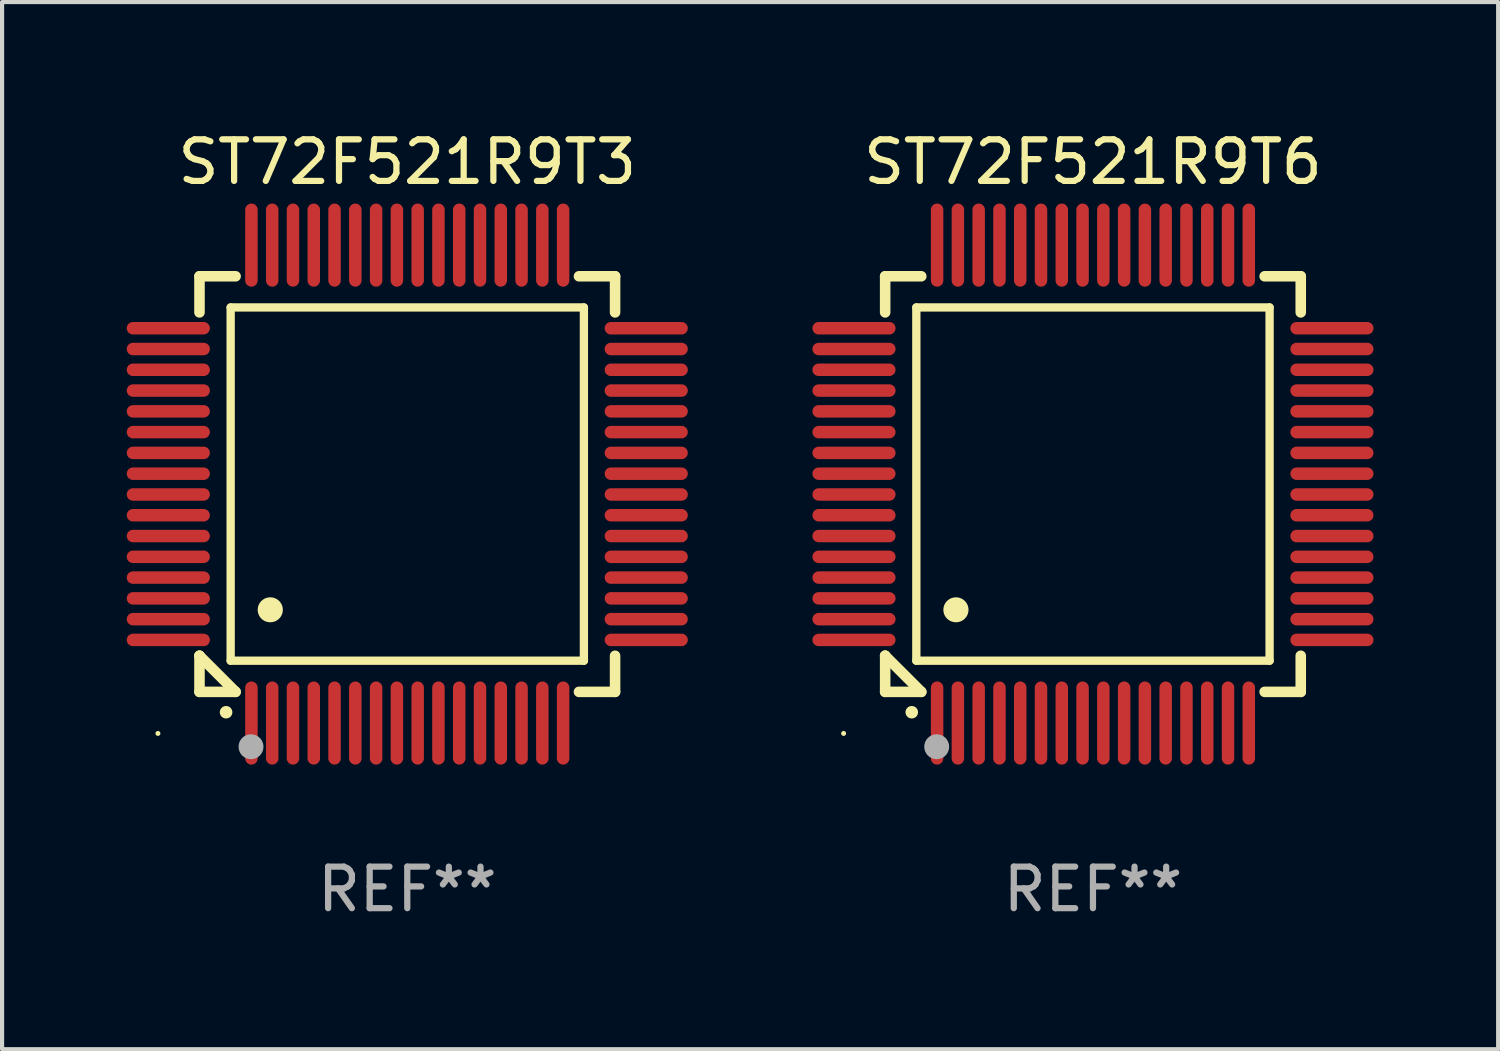
<source format=kicad_pcb>
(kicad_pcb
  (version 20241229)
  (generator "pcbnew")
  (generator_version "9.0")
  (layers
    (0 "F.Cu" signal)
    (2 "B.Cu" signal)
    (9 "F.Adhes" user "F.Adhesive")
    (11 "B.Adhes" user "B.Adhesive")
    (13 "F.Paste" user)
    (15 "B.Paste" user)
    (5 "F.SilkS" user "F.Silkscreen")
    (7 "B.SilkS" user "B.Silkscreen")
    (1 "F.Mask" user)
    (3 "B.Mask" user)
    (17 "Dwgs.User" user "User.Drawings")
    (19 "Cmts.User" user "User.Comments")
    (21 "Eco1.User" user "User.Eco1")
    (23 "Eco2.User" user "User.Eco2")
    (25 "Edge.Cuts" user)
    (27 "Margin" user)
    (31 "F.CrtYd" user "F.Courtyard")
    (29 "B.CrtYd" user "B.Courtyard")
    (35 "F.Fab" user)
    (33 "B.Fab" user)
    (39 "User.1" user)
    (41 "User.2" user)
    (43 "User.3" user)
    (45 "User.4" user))
  (footprint "ST72F521R9T3"
    (layer "F.Cu")
    (at 6.75 8.598)
    (property "Reference" "ST72F521R9T3" (at 0 -7.75 0) (layer "F.SilkS") (effects (font (size 1 1) (thickness 0.15))))
    (attr through_hole)
    (fp_line (start -5 -5) (end -4.131 -5) (stroke (width 0.254) (type solid)) (layer "F.SilkS"))
    (fp_line (start -5 -4.131) (end -5 -5) (stroke (width 0.254) (type solid)) (layer "F.SilkS"))
    (fp_line (start -5 4.131) (end -5 4.131) (stroke (width 0.254) (type solid)) (layer "F.SilkS"))
    (fp_line (start -5 5) (end -5 4.131) (stroke (width 0.254) (type solid)) (layer "F.SilkS"))
    (fp_line (start -5 4.131) (end -4.131 5) (stroke (width 0.254) (type solid)) (layer "F.SilkS"))
    (fp_line (start -4.25 -4.25) (end -4.25 4.25) (stroke (width 0.2) (type solid)) (layer "F.SilkS"))
    (fp_line (start -4.25 4.25) (end 4.25 4.25) (stroke (width 0.2) (type solid)) (layer "F.SilkS"))
    (fp_line (start -4.131 5) (end -5 5) (stroke (width 0.254) (type solid)) (layer "F.SilkS"))
    (fp_line (start 4.25 -4.25) (end -4.25 -4.25) (stroke (width 0.2) (type solid)) (layer "F.SilkS"))
    (fp_line (start 4.25 4.25) (end 4.25 -4.25) (stroke (width 0.2) (type solid)) (layer "F.SilkS"))
    (fp_line (start 5 -5) (end 4.131 -5) (stroke (width 0.254) (type solid)) (layer "F.SilkS"))
    (fp_line (start 5 -5) (end 5 -4.131) (stroke (width 0.254) (type solid)) (layer "F.SilkS"))
    (fp_line (start 5 4.131) (end 5 5) (stroke (width 0.254) (type solid)) (layer "F.SilkS"))
    (fp_line (start 5 5) (end 4.131 5) (stroke (width 0.254) (type solid)) (layer "F.SilkS"))
    (fp_arc (start -4.361265 5.489992) (mid -4.359995 5.489987) (end -4.358725 5.489992) (stroke (width 0.3) (type solid)) (layer "F.SilkS"))
    (fp_arc (start -3.299467 3.025146) (mid -3.296927 3.025135) (end -3.294387 3.025146) (stroke (width 0.6) (type solid)) (layer "F.SilkS"))
    (fp_circle (center -6 6) (end -5.97 6) (stroke (width 0.06) (type solid)) (fill no) (layer "F.SilkS"))
    (fp_circle (center -3.76 6.32) (end -3.61 6.32) (stroke (width 0.3) (type solid)) (fill no) (layer "F.Fab"))
    (fp_text user "REF**" (at 0 9.75 0) (layer "F.Fab") (effects (font (size 1 1) (thickness 0.15))))
    (pad "1" smd oval (at -3.75 5.75) (size 0.3 2) (layers "F.Cu" "F.Mask" "F.Paste"))
    (pad "2" smd oval (at -3.25 5.75) (size 0.3 2) (layers "F.Cu" "F.Mask" "F.Paste"))
    (pad "3" smd oval (at -2.75 5.75) (size 0.3 2) (layers "F.Cu" "F.Mask" "F.Paste"))
    (pad "4" smd oval (at -2.25 5.75) (size 0.3 2) (layers "F.Cu" "F.Mask" "F.Paste"))
    (pad "5" smd oval (at -1.75 5.75) (size 0.3 2) (layers "F.Cu" "F.Mask" "F.Paste"))
    (pad "6" smd oval (at -1.25 5.75) (size 0.3 2) (layers "F.Cu" "F.Mask" "F.Paste"))
    (pad "7" smd oval (at -0.75 5.75) (size 0.3 2) (layers "F.Cu" "F.Mask" "F.Paste"))
    (pad "8" smd oval (at -0.25 5.75) (size 0.3 2) (layers "F.Cu" "F.Mask" "F.Paste"))
    (pad "9" smd oval (at 0.25 5.75) (size 0.3 2) (layers "F.Cu" "F.Mask" "F.Paste"))
    (pad "10" smd oval (at 0.75 5.75) (size 0.3 2) (layers "F.Cu" "F.Mask" "F.Paste"))
    (pad "11" smd oval (at 1.25 5.75) (size 0.3 2) (layers "F.Cu" "F.Mask" "F.Paste"))
    (pad "12" smd oval (at 1.75 5.75) (size 0.3 2) (layers "F.Cu" "F.Mask" "F.Paste"))
    (pad "13" smd oval (at 2.25 5.75) (size 0.3 2) (layers "F.Cu" "F.Mask" "F.Paste"))
    (pad "14" smd oval (at 2.75 5.75) (size 0.3 2) (layers "F.Cu" "F.Mask" "F.Paste"))
    (pad "15" smd oval (at 3.25 5.75) (size 0.3 2) (layers "F.Cu" "F.Mask" "F.Paste"))
    (pad "16" smd oval (at 3.75 5.75) (size 0.3 2) (layers "F.Cu" "F.Mask" "F.Paste"))
    (pad "17" smd oval (at 5.75 3.75) (size 2 0.3) (layers "F.Cu" "F.Mask" "F.Paste"))
    (pad "18" smd oval (at 5.75 3.25) (size 2 0.3) (layers "F.Cu" "F.Mask" "F.Paste"))
    (pad "19" smd oval (at 5.75 2.75) (size 2 0.3) (layers "F.Cu" "F.Mask" "F.Paste"))
    (pad "20" smd oval (at 5.75 2.25) (size 2 0.3) (layers "F.Cu" "F.Mask" "F.Paste"))
    (pad "21" smd oval (at 5.75 1.75) (size 2 0.3) (layers "F.Cu" "F.Mask" "F.Paste"))
    (pad "22" smd oval (at 5.75 1.25) (size 2 0.3) (layers "F.Cu" "F.Mask" "F.Paste"))
    (pad "23" smd oval (at 5.75 0.75) (size 2 0.3) (layers "F.Cu" "F.Mask" "F.Paste"))
    (pad "24" smd oval (at 5.75 0.25) (size 2 0.3) (layers "F.Cu" "F.Mask" "F.Paste"))
    (pad "25" smd oval (at 5.75 -0.25) (size 2 0.3) (layers "F.Cu" "F.Mask" "F.Paste"))
    (pad "26" smd oval (at 5.75 -0.75) (size 2 0.3) (layers "F.Cu" "F.Mask" "F.Paste"))
    (pad "27" smd oval (at 5.75 -1.25) (size 2 0.3) (layers "F.Cu" "F.Mask" "F.Paste"))
    (pad "28" smd oval (at 5.75 -1.75) (size 2 0.3) (layers "F.Cu" "F.Mask" "F.Paste"))
    (pad "29" smd oval (at 5.75 -2.25) (size 2 0.3) (layers "F.Cu" "F.Mask" "F.Paste"))
    (pad "30" smd oval (at 5.75 -2.75) (size 2 0.3) (layers "F.Cu" "F.Mask" "F.Paste"))
    (pad "31" smd oval (at 5.75 -3.25) (size 2 0.3) (layers "F.Cu" "F.Mask" "F.Paste"))
    (pad "32" smd oval (at 5.75 -3.75) (size 2 0.3) (layers "F.Cu" "F.Mask" "F.Paste"))
    (pad "33" smd oval (at 3.75 -5.75) (size 0.3 2) (layers "F.Cu" "F.Mask" "F.Paste"))
    (pad "34" smd oval (at 3.25 -5.75) (size 0.3 2) (layers "F.Cu" "F.Mask" "F.Paste"))
    (pad "35" smd oval (at 2.75 -5.75) (size 0.3 2) (layers "F.Cu" "F.Mask" "F.Paste"))
    (pad "36" smd oval (at 2.25 -5.75) (size 0.3 2) (layers "F.Cu" "F.Mask" "F.Paste"))
    (pad "37" smd oval (at 1.75 -5.75) (size 0.3 2) (layers "F.Cu" "F.Mask" "F.Paste"))
    (pad "38" smd oval (at 1.25 -5.75) (size 0.3 2) (layers "F.Cu" "F.Mask" "F.Paste"))
    (pad "39" smd oval (at 0.75 -5.75) (size 0.3 2) (layers "F.Cu" "F.Mask" "F.Paste"))
    (pad "40" smd oval (at 0.25 -5.75) (size 0.3 2) (layers "F.Cu" "F.Mask" "F.Paste"))
    (pad "41" smd oval (at -0.25 -5.75) (size 0.3 2) (layers "F.Cu" "F.Mask" "F.Paste"))
    (pad "42" smd oval (at -0.75 -5.75) (size 0.3 2) (layers "F.Cu" "F.Mask" "F.Paste"))
    (pad "43" smd oval (at -1.25 -5.75) (size 0.3 2) (layers "F.Cu" "F.Mask" "F.Paste"))
    (pad "44" smd oval (at -1.75 -5.75) (size 0.3 2) (layers "F.Cu" "F.Mask" "F.Paste"))
    (pad "45" smd oval (at -2.25 -5.75) (size 0.3 2) (layers "F.Cu" "F.Mask" "F.Paste"))
    (pad "46" smd oval (at -2.75 -5.75) (size 0.3 2) (layers "F.Cu" "F.Mask" "F.Paste"))
    (pad "47" smd oval (at -3.25 -5.75) (size 0.3 2) (layers "F.Cu" "F.Mask" "F.Paste"))
    (pad "48" smd oval (at -3.75 -5.75) (size 0.3 2) (layers "F.Cu" "F.Mask" "F.Paste"))
    (pad "49" smd oval (at -5.75 -3.75) (size 2 0.3) (layers "F.Cu" "F.Mask" "F.Paste"))
    (pad "50" smd oval (at -5.75 -3.25) (size 2 0.3) (layers "F.Cu" "F.Mask" "F.Paste"))
    (pad "51" smd oval (at -5.75 -2.75) (size 2 0.3) (layers "F.Cu" "F.Mask" "F.Paste"))
    (pad "52" smd oval (at -5.75 -2.25) (size 2 0.3) (layers "F.Cu" "F.Mask" "F.Paste"))
    (pad "53" smd oval (at -5.75 -1.75) (size 2 0.3) (layers "F.Cu" "F.Mask" "F.Paste"))
    (pad "54" smd oval (at -5.75 -1.25) (size 2 0.3) (layers "F.Cu" "F.Mask" "F.Paste"))
    (pad "55" smd oval (at -5.75 -0.75) (size 2 0.3) (layers "F.Cu" "F.Mask" "F.Paste"))
    (pad "56" smd oval (at -5.75 -0.25) (size 2 0.3) (layers "F.Cu" "F.Mask" "F.Paste"))
    (pad "57" smd oval (at -5.75 0.25) (size 2 0.3) (layers "F.Cu" "F.Mask" "F.Paste"))
    (pad "58" smd oval (at -5.75 0.75) (size 2 0.3) (layers "F.Cu" "F.Mask" "F.Paste"))
    (pad "59" smd oval (at -5.75 1.25) (size 2 0.3) (layers "F.Cu" "F.Mask" "F.Paste"))
    (pad "60" smd oval (at -5.75 1.75) (size 2 0.3) (layers "F.Cu" "F.Mask" "F.Paste"))
    (pad "61" smd oval (at -5.75 2.25) (size 2 0.3) (layers "F.Cu" "F.Mask" "F.Paste"))
    (pad "62" smd oval (at -5.75 2.75) (size 2 0.3) (layers "F.Cu" "F.Mask" "F.Paste"))
    (pad "63" smd oval (at -5.75 3.25) (size 2 0.3) (layers "F.Cu" "F.Mask" "F.Paste"))
    (pad "64" smd oval (at -5.75 3.75) (size 2 0.3) (layers "F.Cu" "F.Mask" "F.Paste")))
  (footprint "ST72F521R9T6"
    (layer "F.Cu")
    (at 23.249 8.598)
    (property "Reference" "ST72F521R9T6" (at 0 -7.75 0) (layer "F.SilkS") (effects (font (size 1 1) (thickness 0.15))))
    (attr through_hole)
    (fp_line (start -5 -5) (end -4.131 -5) (stroke (width 0.254) (type solid)) (layer "F.SilkS"))
    (fp_line (start -5 -4.131) (end -5 -5) (stroke (width 0.254) (type solid)) (layer "F.SilkS"))
    (fp_line (start -5 4.131) (end -5 4.131) (stroke (width 0.254) (type solid)) (layer "F.SilkS"))
    (fp_line (start -5 5) (end -5 4.131) (stroke (width 0.254) (type solid)) (layer "F.SilkS"))
    (fp_line (start -5 4.131) (end -4.131 5) (stroke (width 0.254) (type solid)) (layer "F.SilkS"))
    (fp_line (start -4.25 -4.25) (end -4.25 4.25) (stroke (width 0.2) (type solid)) (layer "F.SilkS"))
    (fp_line (start -4.25 4.25) (end 4.25 4.25) (stroke (width 0.2) (type solid)) (layer "F.SilkS"))
    (fp_line (start -4.131 5) (end -5 5) (stroke (width 0.254) (type solid)) (layer "F.SilkS"))
    (fp_line (start 4.25 -4.25) (end -4.25 -4.25) (stroke (width 0.2) (type solid)) (layer "F.SilkS"))
    (fp_line (start 4.25 4.25) (end 4.25 -4.25) (stroke (width 0.2) (type solid)) (layer "F.SilkS"))
    (fp_line (start 5 -5) (end 4.131 -5) (stroke (width 0.254) (type solid)) (layer "F.SilkS"))
    (fp_line (start 5 -5) (end 5 -4.131) (stroke (width 0.254) (type solid)) (layer "F.SilkS"))
    (fp_line (start 5 4.131) (end 5 5) (stroke (width 0.254) (type solid)) (layer "F.SilkS"))
    (fp_line (start 5 5) (end 4.131 5) (stroke (width 0.254) (type solid)) (layer "F.SilkS"))
    (fp_arc (start -4.361265 5.489992) (mid -4.359995 5.489987) (end -4.358725 5.489992) (stroke (width 0.3) (type solid)) (layer "F.SilkS"))
    (fp_arc (start -3.299467 3.025146) (mid -3.296927 3.025135) (end -3.294387 3.025146) (stroke (width 0.6) (type solid)) (layer "F.SilkS"))
    (fp_circle (center -6 6) (end -5.97 6) (stroke (width 0.06) (type solid)) (fill no) (layer "F.SilkS"))
    (fp_circle (center -3.76 6.32) (end -3.61 6.32) (stroke (width 0.3) (type solid)) (fill no) (layer "F.Fab"))
    (fp_text user "REF**" (at 0 9.75 0) (layer "F.Fab") (effects (font (size 1 1) (thickness 0.15))))
    (pad "1" smd oval (at -3.75 5.75) (size 0.3 2) (layers "F.Cu" "F.Mask" "F.Paste"))
    (pad "2" smd oval (at -3.25 5.75) (size 0.3 2) (layers "F.Cu" "F.Mask" "F.Paste"))
    (pad "3" smd oval (at -2.75 5.75) (size 0.3 2) (layers "F.Cu" "F.Mask" "F.Paste"))
    (pad "4" smd oval (at -2.25 5.75) (size 0.3 2) (layers "F.Cu" "F.Mask" "F.Paste"))
    (pad "5" smd oval (at -1.75 5.75) (size 0.3 2) (layers "F.Cu" "F.Mask" "F.Paste"))
    (pad "6" smd oval (at -1.25 5.75) (size 0.3 2) (layers "F.Cu" "F.Mask" "F.Paste"))
    (pad "7" smd oval (at -0.75 5.75) (size 0.3 2) (layers "F.Cu" "F.Mask" "F.Paste"))
    (pad "8" smd oval (at -0.25 5.75) (size 0.3 2) (layers "F.Cu" "F.Mask" "F.Paste"))
    (pad "9" smd oval (at 0.25 5.75) (size 0.3 2) (layers "F.Cu" "F.Mask" "F.Paste"))
    (pad "10" smd oval (at 0.75 5.75) (size 0.3 2) (layers "F.Cu" "F.Mask" "F.Paste"))
    (pad "11" smd oval (at 1.25 5.75) (size 0.3 2) (layers "F.Cu" "F.Mask" "F.Paste"))
    (pad "12" smd oval (at 1.75 5.75) (size 0.3 2) (layers "F.Cu" "F.Mask" "F.Paste"))
    (pad "13" smd oval (at 2.25 5.75) (size 0.3 2) (layers "F.Cu" "F.Mask" "F.Paste"))
    (pad "14" smd oval (at 2.75 5.75) (size 0.3 2) (layers "F.Cu" "F.Mask" "F.Paste"))
    (pad "15" smd oval (at 3.25 5.75) (size 0.3 2) (layers "F.Cu" "F.Mask" "F.Paste"))
    (pad "16" smd oval (at 3.75 5.75) (size 0.3 2) (layers "F.Cu" "F.Mask" "F.Paste"))
    (pad "17" smd oval (at 5.75 3.75) (size 2 0.3) (layers "F.Cu" "F.Mask" "F.Paste"))
    (pad "18" smd oval (at 5.75 3.25) (size 2 0.3) (layers "F.Cu" "F.Mask" "F.Paste"))
    (pad "19" smd oval (at 5.75 2.75) (size 2 0.3) (layers "F.Cu" "F.Mask" "F.Paste"))
    (pad "20" smd oval (at 5.75 2.25) (size 2 0.3) (layers "F.Cu" "F.Mask" "F.Paste"))
    (pad "21" smd oval (at 5.75 1.75) (size 2 0.3) (layers "F.Cu" "F.Mask" "F.Paste"))
    (pad "22" smd oval (at 5.75 1.25) (size 2 0.3) (layers "F.Cu" "F.Mask" "F.Paste"))
    (pad "23" smd oval (at 5.75 0.75) (size 2 0.3) (layers "F.Cu" "F.Mask" "F.Paste"))
    (pad "24" smd oval (at 5.75 0.25) (size 2 0.3) (layers "F.Cu" "F.Mask" "F.Paste"))
    (pad "25" smd oval (at 5.75 -0.25) (size 2 0.3) (layers "F.Cu" "F.Mask" "F.Paste"))
    (pad "26" smd oval (at 5.75 -0.75) (size 2 0.3) (layers "F.Cu" "F.Mask" "F.Paste"))
    (pad "27" smd oval (at 5.75 -1.25) (size 2 0.3) (layers "F.Cu" "F.Mask" "F.Paste"))
    (pad "28" smd oval (at 5.75 -1.75) (size 2 0.3) (layers "F.Cu" "F.Mask" "F.Paste"))
    (pad "29" smd oval (at 5.75 -2.25) (size 2 0.3) (layers "F.Cu" "F.Mask" "F.Paste"))
    (pad "30" smd oval (at 5.75 -2.75) (size 2 0.3) (layers "F.Cu" "F.Mask" "F.Paste"))
    (pad "31" smd oval (at 5.75 -3.25) (size 2 0.3) (layers "F.Cu" "F.Mask" "F.Paste"))
    (pad "32" smd oval (at 5.75 -3.75) (size 2 0.3) (layers "F.Cu" "F.Mask" "F.Paste"))
    (pad "33" smd oval (at 3.75 -5.75) (size 0.3 2) (layers "F.Cu" "F.Mask" "F.Paste"))
    (pad "34" smd oval (at 3.25 -5.75) (size 0.3 2) (layers "F.Cu" "F.Mask" "F.Paste"))
    (pad "35" smd oval (at 2.75 -5.75) (size 0.3 2) (layers "F.Cu" "F.Mask" "F.Paste"))
    (pad "36" smd oval (at 2.25 -5.75) (size 0.3 2) (layers "F.Cu" "F.Mask" "F.Paste"))
    (pad "37" smd oval (at 1.75 -5.75) (size 0.3 2) (layers "F.Cu" "F.Mask" "F.Paste"))
    (pad "38" smd oval (at 1.25 -5.75) (size 0.3 2) (layers "F.Cu" "F.Mask" "F.Paste"))
    (pad "39" smd oval (at 0.75 -5.75) (size 0.3 2) (layers "F.Cu" "F.Mask" "F.Paste"))
    (pad "40" smd oval (at 0.25 -5.75) (size 0.3 2) (layers "F.Cu" "F.Mask" "F.Paste"))
    (pad "41" smd oval (at -0.25 -5.75) (size 0.3 2) (layers "F.Cu" "F.Mask" "F.Paste"))
    (pad "42" smd oval (at -0.75 -5.75) (size 0.3 2) (layers "F.Cu" "F.Mask" "F.Paste"))
    (pad "43" smd oval (at -1.25 -5.75) (size 0.3 2) (layers "F.Cu" "F.Mask" "F.Paste"))
    (pad "44" smd oval (at -1.75 -5.75) (size 0.3 2) (layers "F.Cu" "F.Mask" "F.Paste"))
    (pad "45" smd oval (at -2.25 -5.75) (size 0.3 2) (layers "F.Cu" "F.Mask" "F.Paste"))
    (pad "46" smd oval (at -2.75 -5.75) (size 0.3 2) (layers "F.Cu" "F.Mask" "F.Paste"))
    (pad "47" smd oval (at -3.25 -5.75) (size 0.3 2) (layers "F.Cu" "F.Mask" "F.Paste"))
    (pad "48" smd oval (at -3.75 -5.75) (size 0.3 2) (layers "F.Cu" "F.Mask" "F.Paste"))
    (pad "49" smd oval (at -5.75 -3.75) (size 2 0.3) (layers "F.Cu" "F.Mask" "F.Paste"))
    (pad "50" smd oval (at -5.75 -3.25) (size 2 0.3) (layers "F.Cu" "F.Mask" "F.Paste"))
    (pad "51" smd oval (at -5.75 -2.75) (size 2 0.3) (layers "F.Cu" "F.Mask" "F.Paste"))
    (pad "52" smd oval (at -5.75 -2.25) (size 2 0.3) (layers "F.Cu" "F.Mask" "F.Paste"))
    (pad "53" smd oval (at -5.75 -1.75) (size 2 0.3) (layers "F.Cu" "F.Mask" "F.Paste"))
    (pad "54" smd oval (at -5.75 -1.25) (size 2 0.3) (layers "F.Cu" "F.Mask" "F.Paste"))
    (pad "55" smd oval (at -5.75 -0.75) (size 2 0.3) (layers "F.Cu" "F.Mask" "F.Paste"))
    (pad "56" smd oval (at -5.75 -0.25) (size 2 0.3) (layers "F.Cu" "F.Mask" "F.Paste"))
    (pad "57" smd oval (at -5.75 0.25) (size 2 0.3) (layers "F.Cu" "F.Mask" "F.Paste"))
    (pad "58" smd oval (at -5.75 0.75) (size 2 0.3) (layers "F.Cu" "F.Mask" "F.Paste"))
    (pad "59" smd oval (at -5.75 1.25) (size 2 0.3) (layers "F.Cu" "F.Mask" "F.Paste"))
    (pad "60" smd oval (at -5.75 1.75) (size 2 0.3) (layers "F.Cu" "F.Mask" "F.Paste"))
    (pad "61" smd oval (at -5.75 2.25) (size 2 0.3) (layers "F.Cu" "F.Mask" "F.Paste"))
    (pad "62" smd oval (at -5.75 2.75) (size 2 0.3) (layers "F.Cu" "F.Mask" "F.Paste"))
    (pad "63" smd oval (at -5.75 3.25) (size 2 0.3) (layers "F.Cu" "F.Mask" "F.Paste"))
    (pad "64" smd oval (at -5.75 3.75) (size 2 0.3) (layers "F.Cu" "F.Mask" "F.Paste")))
  (gr_rect
    (start -3 -3)
    (end 32.999 22.196)
    (stroke (width 0.1) (type default))
    (fill no)
    (layer "Edge.Cuts")))
</source>
